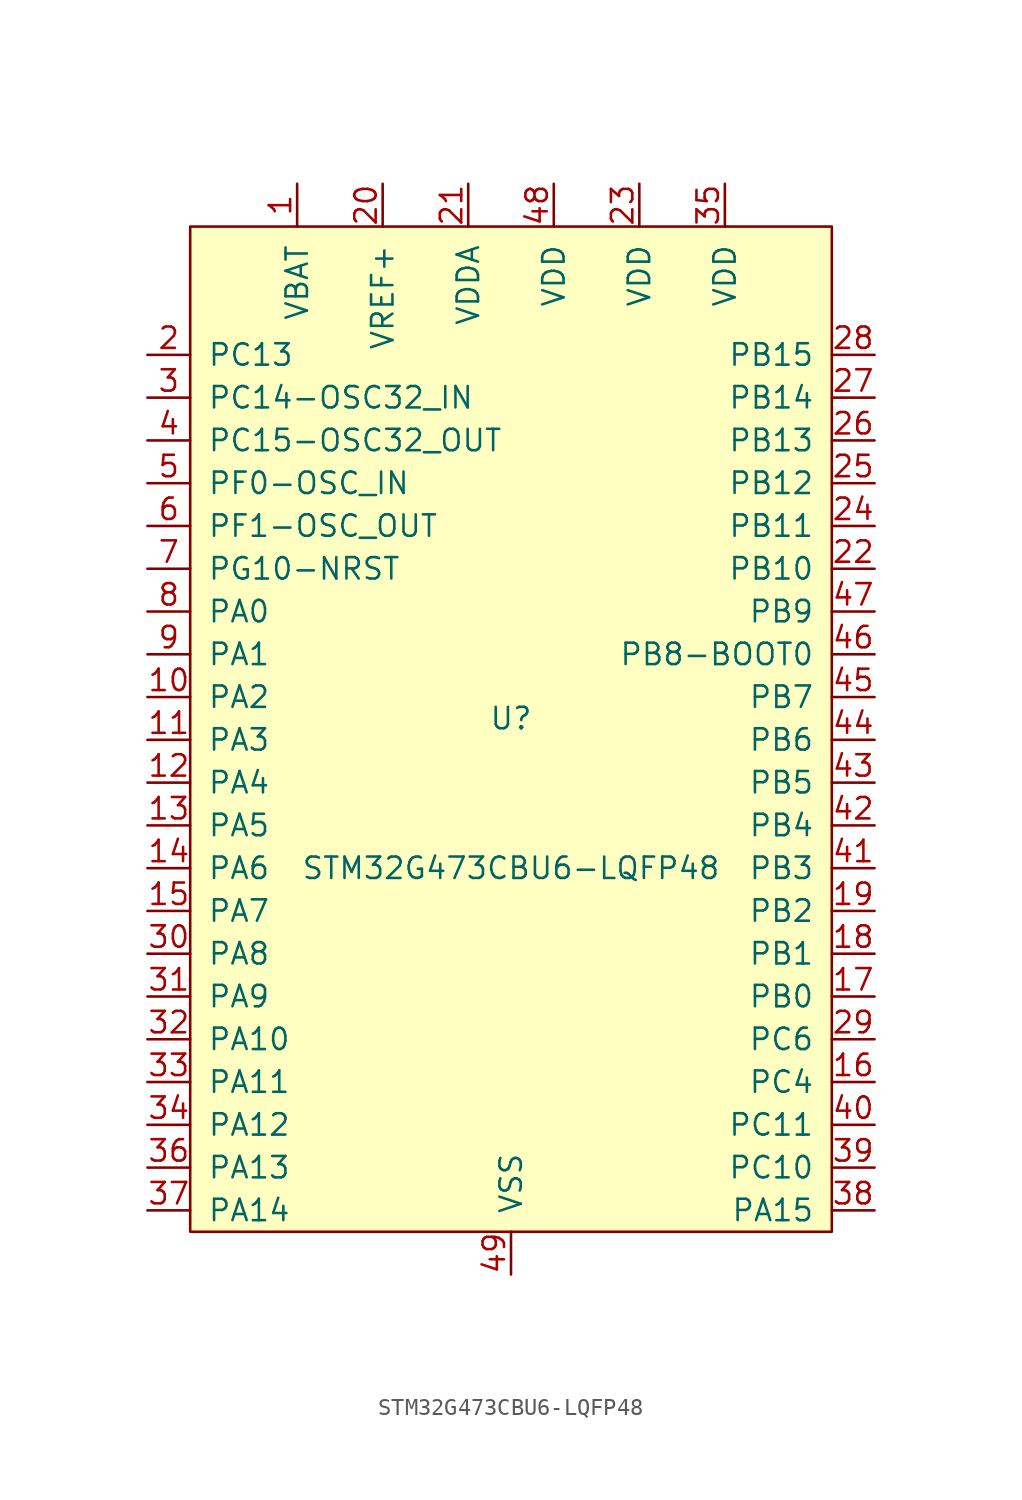
<source format=kicad_sym>
(kicad_symbol_lib
  (version 20220914)
  (generator kicad_symbol_editor)
  (symbol "STM32G473CBU6-LQFP48"
    (pin_names
      (offset 1.016))
    (property "Reference" "U"
      (at 0 5.08 0)
      (effects (font (size 1.27 1.27))))
    (property "Value" "STM32G473CBU6-LQFP48"
      (at 0 -3.81 0)
      (effects (font (size 1.27 1.27))))
    (symbol "STM32G473CBU6-LQFP48_0_1"
      (rectangle (start -19.05 34.29) (end 19.05 -25.4) (stroke (width 0) (type default)) (fill (type background))))
    (symbol "STM32G473CBU6-LQFP48_1_1"
      (pin power_in line (at -12.7 36.83 270) (length 2.54) (name "VBAT" (effects (font (size 1.27 1.27)))) (number "1" (effects (font (size 1.27 1.27)))))
      (pin bidirectional line (at -21.59 6.35 0) (length 2.54) (name "PA2" (effects (font (size 1.27 1.27)))) (number "10" (effects (font (size 1.27 1.27)))))
      (pin bidirectional line (at -21.59 3.81 0) (length 2.54) (name "PA3" (effects (font (size 1.27 1.27)))) (number "11" (effects (font (size 1.27 1.27)))))
      (pin bidirectional line (at -21.59 1.27 0) (length 2.54) (name "PA4" (effects (font (size 1.27 1.27)))) (number "12" (effects (font (size 1.27 1.27)))))
      (pin bidirectional line (at -21.59 -1.27 0) (length 2.54) (name "PA5" (effects (font (size 1.27 1.27)))) (number "13" (effects (font (size 1.27 1.27)))))
      (pin bidirectional line (at -21.59 -3.81 0) (length 2.54) (name "PA6" (effects (font (size 1.27 1.27)))) (number "14" (effects (font (size 1.27 1.27)))))
      (pin bidirectional line (at -21.59 -6.35 0) (length 2.54) (name "PA7" (effects (font (size 1.27 1.27)))) (number "15" (effects (font (size 1.27 1.27)))))
      (pin bidirectional line (at 21.59 -16.51 180) (length 2.54) (name "PC4" (effects (font (size 1.27 1.27)))) (number "16" (effects (font (size 1.27 1.27)))))
      (pin bidirectional line (at 21.59 -11.43 180) (length 2.54) (name "PB0" (effects (font (size 1.27 1.27)))) (number "17" (effects (font (size 1.27 1.27)))))
      (pin bidirectional line (at 21.59 -8.89 180) (length 2.54) (name "PB1" (effects (font (size 1.27 1.27)))) (number "18" (effects (font (size 1.27 1.27)))))
      (pin bidirectional line (at 21.59 -6.35 180) (length 2.54) (name "PB2" (effects (font (size 1.27 1.27)))) (number "19" (effects (font (size 1.27 1.27)))))
      (pin bidirectional line (at -21.59 26.67 0) (length 2.54) (name "PC13" (effects (font (size 1.27 1.27)))) (number "2" (effects (font (size 1.27 1.27)))))
      (pin power_in line (at -7.62 36.83 270) (length 2.54) (name "VREF+" (effects (font (size 1.27 1.27)))) (number "20" (effects (font (size 1.27 1.27)))))
      (pin power_in line (at -2.54 36.83 270) (length 2.54) (name "VDDA" (effects (font (size 1.27 1.27)))) (number "21" (effects (font (size 1.27 1.27)))))
      (pin bidirectional line (at 21.59 13.97 180) (length 2.54) (name "PB10" (effects (font (size 1.27 1.27)))) (number "22" (effects (font (size 1.27 1.27)))))
      (pin power_in line (at 7.62 36.83 270) (length 2.54) (name "VDD" (effects (font (size 1.27 1.27)))) (number "23" (effects (font (size 1.27 1.27)))))
      (pin bidirectional line (at 21.59 16.51 180) (length 2.54) (name "PB11" (effects (font (size 1.27 1.27)))) (number "24" (effects (font (size 1.27 1.27)))))
      (pin bidirectional line (at 21.59 19.05 180) (length 2.54) (name "PB12" (effects (font (size 1.27 1.27)))) (number "25" (effects (font (size 1.27 1.27)))))
      (pin bidirectional line (at 21.59 21.59 180) (length 2.54) (name "PB13" (effects (font (size 1.27 1.27)))) (number "26" (effects (font (size 1.27 1.27)))))
      (pin bidirectional line (at 21.59 24.13 180) (length 2.54) (name "PB14" (effects (font (size 1.27 1.27)))) (number "27" (effects (font (size 1.27 1.27)))))
      (pin bidirectional line (at 21.59 26.67 180) (length 2.54) (name "PB15" (effects (font (size 1.27 1.27)))) (number "28" (effects (font (size 1.27 1.27)))))
      (pin bidirectional line (at 21.59 -13.97 180) (length 2.54) (name "PC6" (effects (font (size 1.27 1.27)))) (number "29" (effects (font (size 1.27 1.27)))))
      (pin bidirectional line (at -21.59 24.13 0) (length 2.54) (name "PC14-OSC32_IN" (effects (font (size 1.27 1.27)))) (number "3" (effects (font (size 1.27 1.27)))))
      (pin bidirectional line (at -21.59 -8.89 0) (length 2.54) (name "PA8" (effects (font (size 1.27 1.27)))) (number "30" (effects (font (size 1.27 1.27)))))
      (pin bidirectional line (at -21.59 -11.43 0) (length 2.54) (name "PA9" (effects (font (size 1.27 1.27)))) (number "31" (effects (font (size 1.27 1.27)))))
      (pin bidirectional line (at -21.59 -13.97 0) (length 2.54) (name "PA10" (effects (font (size 1.27 1.27)))) (number "32" (effects (font (size 1.27 1.27)))))
      (pin bidirectional line (at -21.59 -16.51 0) (length 2.54) (name "PA11" (effects (font (size 1.27 1.27)))) (number "33" (effects (font (size 1.27 1.27)))))
      (pin bidirectional line (at -21.59 -19.05 0) (length 2.54) (name "PA12" (effects (font (size 1.27 1.27)))) (number "34" (effects (font (size 1.27 1.27)))))
      (pin power_in line (at 12.7 36.83 270) (length 2.54) (name "VDD" (effects (font (size 1.27 1.27)))) (number "35" (effects (font (size 1.27 1.27)))))
      (pin bidirectional line (at -21.59 -21.59 0) (length 2.54) (name "PA13" (effects (font (size 1.27 1.27)))) (number "36" (effects (font (size 1.27 1.27)))))
      (pin bidirectional line (at -21.59 -24.13 0) (length 2.54) (name "PA14" (effects (font (size 1.27 1.27)))) (number "37" (effects (font (size 1.27 1.27)))))
      (pin bidirectional line (at 21.59 -24.13 180) (length 2.54) (name "PA15" (effects (font (size 1.27 1.27)))) (number "38" (effects (font (size 1.27 1.27)))))
      (pin bidirectional line (at 21.59 -21.59 180) (length 2.54) (name "PC10" (effects (font (size 1.27 1.27)))) (number "39" (effects (font (size 1.27 1.27)))))
      (pin bidirectional line (at -21.59 21.59 0) (length 2.54) (name "PC15-OSC32_OUT" (effects (font (size 1.27 1.27)))) (number "4" (effects (font (size 1.27 1.27)))))
      (pin bidirectional line (at 21.59 -19.05 180) (length 2.54) (name "PC11" (effects (font (size 1.27 1.27)))) (number "40" (effects (font (size 1.27 1.27)))))
      (pin bidirectional line (at 21.59 -3.81 180) (length 2.54) (name "PB3" (effects (font (size 1.27 1.27)))) (number "41" (effects (font (size 1.27 1.27)))))
      (pin bidirectional line (at 21.59 -1.27 180) (length 2.54) (name "PB4" (effects (font (size 1.27 1.27)))) (number "42" (effects (font (size 1.27 1.27)))))
      (pin bidirectional line (at 21.59 1.27 180) (length 2.54) (name "PB5" (effects (font (size 1.27 1.27)))) (number "43" (effects (font (size 1.27 1.27)))))
      (pin bidirectional line (at 21.59 3.81 180) (length 2.54) (name "PB6" (effects (font (size 1.27 1.27)))) (number "44" (effects (font (size 1.27 1.27)))))
      (pin bidirectional line (at 21.59 6.35 180) (length 2.54) (name "PB7" (effects (font (size 1.27 1.27)))) (number "45" (effects (font (size 1.27 1.27)))))
      (pin bidirectional line (at 21.59 8.89 180) (length 2.54) (name "PB8-BOOT0" (effects (font (size 1.27 1.27)))) (number "46" (effects (font (size 1.27 1.27)))))
      (pin bidirectional line (at 21.59 11.43 180) (length 2.54) (name "PB9" (effects (font (size 1.27 1.27)))) (number "47" (effects (font (size 1.27 1.27)))))
      (pin power_in line (at 2.54 36.83 270) (length 2.54) (name "VDD" (effects (font (size 1.27 1.27)))) (number "48" (effects (font (size 1.27 1.27)))))
      (pin bidirectional line (at 0 -27.94 90) (length 2.54) (name "VSS" (effects (font (size 1.27 1.27)))) (number "49" (effects (font (size 1.27 1.27)))))
      (pin bidirectional line (at -21.59 19.05 0) (length 2.54) (name "PF0-OSC_IN" (effects (font (size 1.27 1.27)))) (number "5" (effects (font (size 1.27 1.27)))))
      (pin bidirectional line (at -21.59 16.51 0) (length 2.54) (name "PF1-OSC_OUT" (effects (font (size 1.27 1.27)))) (number "6" (effects (font (size 1.27 1.27)))))
      (pin bidirectional line (at -21.59 13.97 0) (length 2.54) (name "PG10-NRST" (effects (font (size 1.27 1.27)))) (number "7" (effects (font (size 1.27 1.27)))))
      (pin bidirectional line (at -21.59 11.43 0) (length 2.54) (name "PA0" (effects (font (size 1.27 1.27)))) (number "8" (effects (font (size 1.27 1.27)))))
      (pin bidirectional line (at -21.59 8.89 0) (length 2.54) (name "PA1" (effects (font (size 1.27 1.27)))) (number "9" (effects (font (size 1.27 1.27))))))))
</source>
